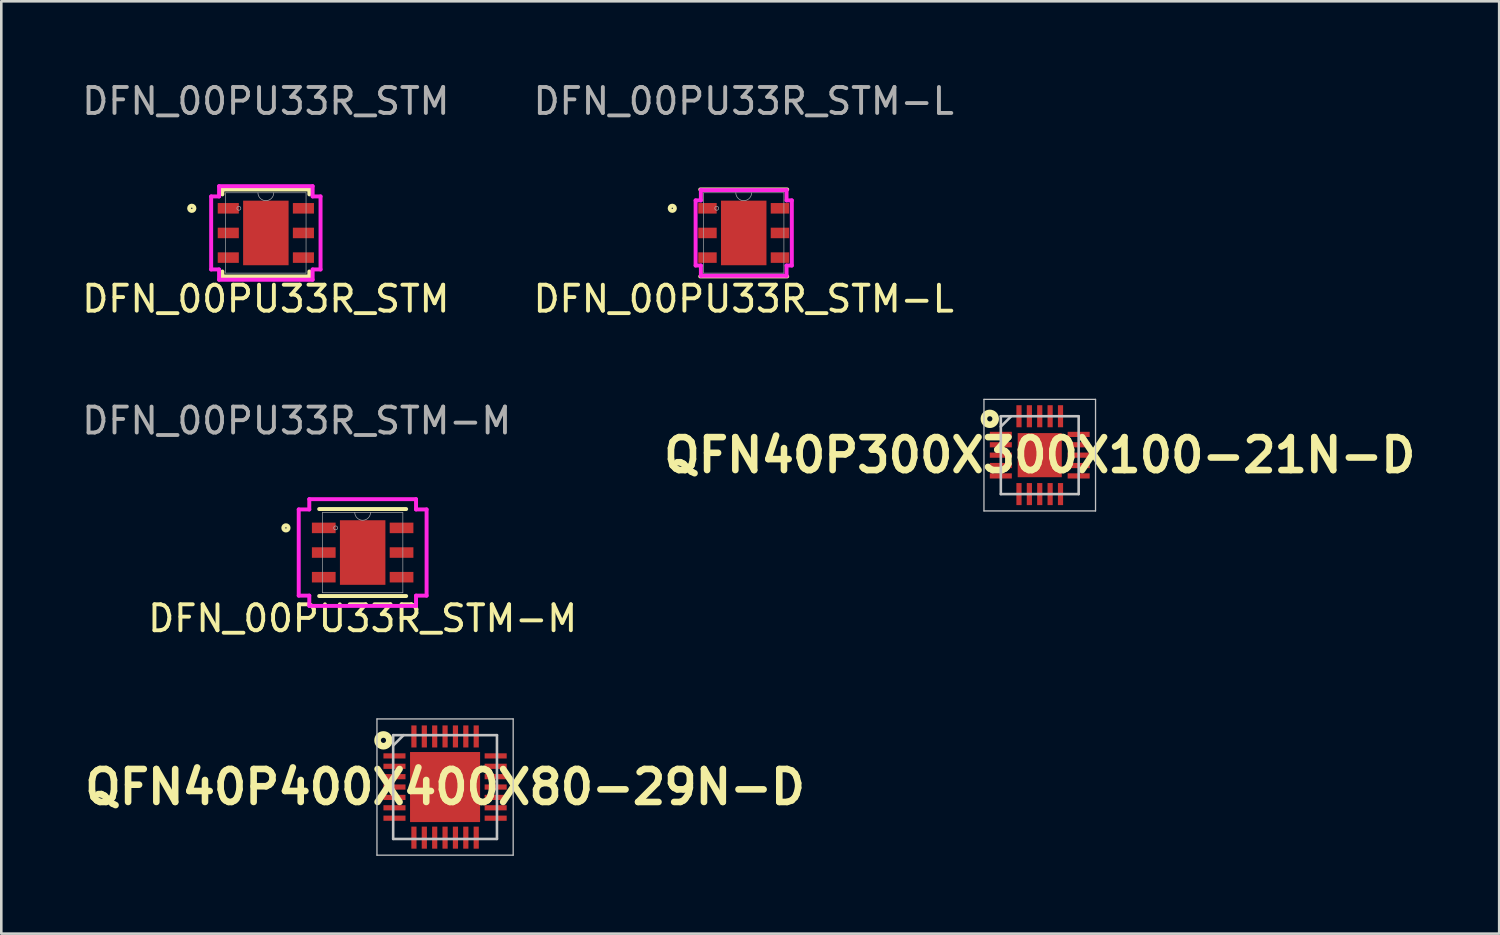
<source format=kicad_pcb>
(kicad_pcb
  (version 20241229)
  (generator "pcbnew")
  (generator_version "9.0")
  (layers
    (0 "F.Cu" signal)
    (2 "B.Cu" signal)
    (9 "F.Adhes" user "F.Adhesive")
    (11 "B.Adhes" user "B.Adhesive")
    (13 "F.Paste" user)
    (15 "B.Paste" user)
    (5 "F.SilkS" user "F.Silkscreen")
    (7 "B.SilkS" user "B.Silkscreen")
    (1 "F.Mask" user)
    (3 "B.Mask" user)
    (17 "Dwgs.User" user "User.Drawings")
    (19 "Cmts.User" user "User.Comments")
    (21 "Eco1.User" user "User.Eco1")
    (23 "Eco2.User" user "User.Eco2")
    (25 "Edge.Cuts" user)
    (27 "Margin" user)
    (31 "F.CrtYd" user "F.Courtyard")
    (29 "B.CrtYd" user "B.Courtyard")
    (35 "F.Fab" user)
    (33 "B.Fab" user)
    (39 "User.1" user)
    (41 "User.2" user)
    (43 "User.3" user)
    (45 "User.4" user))
  (footprint "DFN_00PU33R_STM-M"
    (layer "F.Cu")
    (at 10.927 18.245)
    (property "Reference" "DFN_00PU33R_STM-M" (at 0 2.54 0) (unlocked yes) (layer "F.SilkS") (effects (font (size 1 1) (thickness 0.15))))
    (attr smd)
    (fp_line (start -1.676 1.676) (end 1.676 1.676) (stroke (width 0.152) (type solid)) (layer "F.SilkS"))
    (fp_line (start 1.676 -1.676) (end -1.676 -1.676) (stroke (width 0.152) (type solid)) (layer "F.SilkS"))
    (fp_circle (center -2.957 -0.95) (end -2.855 -0.95) (stroke (width 0.152) (type solid)) (fill no) (layer "F.SilkS"))
    (fp_line (start -2.464 -1.661) (end -2.057 -1.661) (stroke (width 0.152) (type solid)) (layer "F.CrtYd"))
    (fp_line (start -2.464 1.661) (end -2.464 -1.661) (stroke (width 0.152) (type solid)) (layer "F.CrtYd"))
    (fp_line (start -2.464 1.661) (end -2.057 1.661) (stroke (width 0.152) (type solid)) (layer "F.CrtYd"))
    (fp_line (start -2.057 -2.057) (end 2.057 -2.057) (stroke (width 0.152) (type solid)) (layer "F.CrtYd"))
    (fp_line (start -2.057 -1.661) (end -2.057 -2.057) (stroke (width 0.152) (type solid)) (layer "F.CrtYd"))
    (fp_line (start -2.057 2.057) (end -2.057 1.661) (stroke (width 0.152) (type solid)) (layer "F.CrtYd"))
    (fp_line (start 2.057 -2.057) (end 2.057 -1.661) (stroke (width 0.152) (type solid)) (layer "F.CrtYd"))
    (fp_line (start 2.057 1.661) (end 2.057 2.057) (stroke (width 0.152) (type solid)) (layer "F.CrtYd"))
    (fp_line (start 2.057 2.057) (end -2.057 2.057) (stroke (width 0.152) (type solid)) (layer "F.CrtYd"))
    (fp_line (start 2.464 -1.661) (end 2.057 -1.661) (stroke (width 0.152) (type solid)) (layer "F.CrtYd"))
    (fp_line (start 2.464 -1.661) (end 2.464 1.661) (stroke (width 0.152) (type solid)) (layer "F.CrtYd"))
    (fp_line (start 2.464 1.661) (end 2.057 1.661) (stroke (width 0.152) (type solid)) (layer "F.CrtYd"))
    (fp_line (start -1.549 -1.549) (end -1.549 1.549) (stroke (width 0.025) (type solid)) (layer "F.Fab"))
    (fp_line (start -1.549 1.549) (end 1.549 1.549) (stroke (width 0.025) (type solid)) (layer "F.Fab"))
    (fp_line (start 1.549 -1.549) (end -1.549 -1.549) (stroke (width 0.025) (type solid)) (layer "F.Fab"))
    (fp_line (start 1.549 1.549) (end 1.549 -1.549) (stroke (width 0.025) (type solid)) (layer "F.Fab"))
    (fp_arc (start 0.3048 -1.5494) (mid 0 -1.2446) (end -0.3048 -1.5494) (stroke (width 0.0254) (type solid)) (layer "F.Fab"))
    (fp_circle (center -1.041 -0.95) (end -0.965 -0.95) (stroke (width 0.025) (type solid)) (fill no) (layer "F.Fab"))
    (fp_text user "${REFERENCE}" (at -2.54 -5.08 0) (unlocked yes) (layer "F.Fab") (effects (font (size 1 1) (thickness 0.15))))
    (pad "1" smd rect (at -1.499 -0.95) (size 0.914 0.406) (layers "F.Cu" "F.Mask" "F.Paste"))
    (pad "2" smd rect (at -1.499 0) (size 0.914 0.406) (layers "F.Cu" "F.Mask" "F.Paste"))
    (pad "3" smd rect (at -1.499 0.95) (size 0.914 0.406) (layers "F.Cu" "F.Mask" "F.Paste"))
    (pad "4" smd rect (at 1.499 0.95) (size 0.914 0.406) (layers "F.Cu" "F.Mask" "F.Paste"))
    (pad "5" smd rect (at 1.499 0) (size 0.914 0.406) (layers "F.Cu" "F.Mask" "F.Paste"))
    (pad "6" smd rect (at 1.499 -0.95) (size 0.914 0.406) (layers "F.Cu" "F.Mask" "F.Paste"))
    (pad "7" smd rect (at 0 0) (size 1.753 2.489) (layers "F.Cu" "F.Mask" "F.Paste")))
  (footprint "QFN40P400X400X80-29N-D"
    (layer "F.Cu")
    (at 14.103 27.283)
    (property "Reference" "QFN40P400X400X80-29N-D" (at 0 0 0) (layer "F.SilkS") (effects (font (size 1.27 1.27) (thickness 0.254))))
    (attr smd)
    (fp_circle (center -2.375 -1.8) (end -2.275 -1.8) (stroke (width 0.254) (type solid)) (fill no) (layer "F.SilkS"))
    (fp_line (start -2.625 -2.625) (end 2.625 -2.625) (stroke (width 0.05) (type solid)) (layer "Dwgs.User"))
    (fp_line (start -2.625 2.625) (end -2.625 -2.625) (stroke (width 0.05) (type solid)) (layer "Dwgs.User"))
    (fp_line (start -2 -2) (end 2 -2) (stroke (width 0.1) (type solid)) (layer "Dwgs.User"))
    (fp_line (start -2 -1.6) (end -1.6 -2) (stroke (width 0.1) (type solid)) (layer "Dwgs.User"))
    (fp_line (start -2 2) (end -2 -2) (stroke (width 0.1) (type solid)) (layer "Dwgs.User"))
    (fp_line (start 2 -2) (end 2 2) (stroke (width 0.1) (type solid)) (layer "Dwgs.User"))
    (fp_line (start 2 2) (end -2 2) (stroke (width 0.1) (type solid)) (layer "Dwgs.User"))
    (fp_line (start 2.625 -2.625) (end 2.625 2.625) (stroke (width 0.05) (type solid)) (layer "Dwgs.User"))
    (fp_line (start 2.625 2.625) (end -2.625 2.625) (stroke (width 0.05) (type solid)) (layer "Dwgs.User"))
    (pad "1" smd rect (at -1.95 -1.2 90) (size 0.2 0.85) (layers "F.Cu" "F.Mask" "F.Paste"))
    (pad "2" smd rect (at -1.95 -0.8 90) (size 0.2 0.85) (layers "F.Cu" "F.Mask" "F.Paste"))
    (pad "3" smd rect (at -1.95 -0.4 90) (size 0.2 0.85) (layers "F.Cu" "F.Mask" "F.Paste"))
    (pad "4" smd rect (at -1.95 0 90) (size 0.2 0.85) (layers "F.Cu" "F.Mask" "F.Paste"))
    (pad "5" smd rect (at -1.95 0.4 90) (size 0.2 0.85) (layers "F.Cu" "F.Mask" "F.Paste"))
    (pad "6" smd rect (at -1.95 0.8 90) (size 0.2 0.85) (layers "F.Cu" "F.Mask" "F.Paste"))
    (pad "7" smd rect (at -1.95 1.2 90) (size 0.2 0.85) (layers "F.Cu" "F.Mask" "F.Paste"))
    (pad "8" smd rect (at -1.2 1.95) (size 0.2 0.85) (layers "F.Cu" "F.Mask" "F.Paste"))
    (pad "9" smd rect (at -0.8 1.95) (size 0.2 0.85) (layers "F.Cu" "F.Mask" "F.Paste"))
    (pad "10" smd rect (at -0.4 1.95) (size 0.2 0.85) (layers "F.Cu" "F.Mask" "F.Paste"))
    (pad "11" smd rect (at 0 1.95) (size 0.2 0.85) (layers "F.Cu" "F.Mask" "F.Paste"))
    (pad "12" smd rect (at 0.4 1.95) (size 0.2 0.85) (layers "F.Cu" "F.Mask" "F.Paste"))
    (pad "13" smd rect (at 0.8 1.95) (size 0.2 0.85) (layers "F.Cu" "F.Mask" "F.Paste"))
    (pad "14" smd rect (at 1.2 1.95) (size 0.2 0.85) (layers "F.Cu" "F.Mask" "F.Paste"))
    (pad "15" smd rect (at 1.95 1.2 90) (size 0.2 0.85) (layers "F.Cu" "F.Mask" "F.Paste"))
    (pad "16" smd rect (at 1.95 0.8 90) (size 0.2 0.85) (layers "F.Cu" "F.Mask" "F.Paste"))
    (pad "17" smd rect (at 1.95 0.4 90) (size 0.2 0.85) (layers "F.Cu" "F.Mask" "F.Paste"))
    (pad "18" smd rect (at 1.95 0 90) (size 0.2 0.85) (layers "F.Cu" "F.Mask" "F.Paste"))
    (pad "19" smd rect (at 1.95 -0.4 90) (size 0.2 0.85) (layers "F.Cu" "F.Mask" "F.Paste"))
    (pad "20" smd rect (at 1.95 -0.8 90) (size 0.2 0.85) (layers "F.Cu" "F.Mask" "F.Paste"))
    (pad "21" smd rect (at 1.95 -1.2 90) (size 0.2 0.85) (layers "F.Cu" "F.Mask" "F.Paste"))
    (pad "22" smd rect (at 1.2 -1.95) (size 0.2 0.85) (layers "F.Cu" "F.Mask" "F.Paste"))
    (pad "23" smd rect (at 0.8 -1.95) (size 0.2 0.85) (layers "F.Cu" "F.Mask" "F.Paste"))
    (pad "24" smd rect (at 0.4 -1.95) (size 0.2 0.85) (layers "F.Cu" "F.Mask" "F.Paste"))
    (pad "25" smd rect (at 0 -1.95) (size 0.2 0.85) (layers "F.Cu" "F.Mask" "F.Paste"))
    (pad "26" smd rect (at -0.4 -1.95) (size 0.2 0.85) (layers "F.Cu" "F.Mask" "F.Paste"))
    (pad "27" smd rect (at -0.8 -1.95) (size 0.2 0.85) (layers "F.Cu" "F.Mask" "F.Paste"))
    (pad "28" smd rect (at -1.2 -1.95) (size 0.2 0.85) (layers "F.Cu" "F.Mask" "F.Paste"))
    (pad "29" smd rect (at 0 0) (size 2.7 2.7) (layers "F.Cu" "F.Mask" "F.Paste")))
  (footprint "DFN_00PU33R_STM-L"
    (layer "F.Cu")
    (at 25.613 5.928)
    (property "Reference" "DFN_00PU33R_STM-L" (at 0 2.54 0) (unlocked yes) (layer "F.SilkS") (effects (font (size 1 1) (thickness 0.15))))
    (attr smd)
    (fp_line (start -1.676 1.676) (end 1.676 1.676) (stroke (width 0.152) (type solid)) (layer "F.SilkS"))
    (fp_line (start 1.676 -1.676) (end -1.676 -1.676) (stroke (width 0.152) (type solid)) (layer "F.SilkS"))
    (fp_circle (center -2.753 -0.95) (end -2.652 -0.95) (stroke (width 0.152) (type solid)) (fill no) (layer "F.SilkS"))
    (fp_line (start -1.854 -1.255) (end -1.651 -1.255) (stroke (width 0.152) (type solid)) (layer "F.CrtYd"))
    (fp_line (start -1.854 1.255) (end -1.854 -1.255) (stroke (width 0.152) (type solid)) (layer "F.CrtYd"))
    (fp_line (start -1.854 1.255) (end -1.651 1.255) (stroke (width 0.152) (type solid)) (layer "F.CrtYd"))
    (fp_line (start -1.651 -1.651) (end 1.651 -1.651) (stroke (width 0.152) (type solid)) (layer "F.CrtYd"))
    (fp_line (start -1.651 -1.255) (end -1.651 -1.651) (stroke (width 0.152) (type solid)) (layer "F.CrtYd"))
    (fp_line (start -1.651 1.651) (end -1.651 1.255) (stroke (width 0.152) (type solid)) (layer "F.CrtYd"))
    (fp_line (start 1.651 -1.651) (end 1.651 -1.255) (stroke (width 0.152) (type solid)) (layer "F.CrtYd"))
    (fp_line (start 1.651 1.255) (end 1.651 1.651) (stroke (width 0.152) (type solid)) (layer "F.CrtYd"))
    (fp_line (start 1.651 1.651) (end -1.651 1.651) (stroke (width 0.152) (type solid)) (layer "F.CrtYd"))
    (fp_line (start 1.854 -1.255) (end 1.651 -1.255) (stroke (width 0.152) (type solid)) (layer "F.CrtYd"))
    (fp_line (start 1.854 -1.255) (end 1.854 1.255) (stroke (width 0.152) (type solid)) (layer "F.CrtYd"))
    (fp_line (start 1.854 1.255) (end 1.651 1.255) (stroke (width 0.152) (type solid)) (layer "F.CrtYd"))
    (fp_line (start -1.549 -1.549) (end -1.549 1.549) (stroke (width 0.025) (type solid)) (layer "F.Fab"))
    (fp_line (start -1.549 1.549) (end 1.549 1.549) (stroke (width 0.025) (type solid)) (layer "F.Fab"))
    (fp_line (start 1.549 -1.549) (end -1.549 -1.549) (stroke (width 0.025) (type solid)) (layer "F.Fab"))
    (fp_line (start 1.549 1.549) (end 1.549 -1.549) (stroke (width 0.025) (type solid)) (layer "F.Fab"))
    (fp_arc (start 0.3048 -1.5494) (mid 0 -1.2446) (end -0.3048 -1.5494) (stroke (width 0.0254) (type solid)) (layer "F.Fab"))
    (fp_circle (center -1.041 -0.95) (end -0.965 -0.95) (stroke (width 0.025) (type solid)) (fill no) (layer "F.Fab"))
    (fp_text user "${REFERENCE}" (at 0 -5.08 0) (unlocked yes) (layer "F.Fab") (effects (font (size 1 1) (thickness 0.15))))
    (pad "1" smd rect (at -1.397 -0.95) (size 0.711 0.406) (layers "F.Cu" "F.Mask" "F.Paste"))
    (pad "2" smd rect (at -1.397 0) (size 0.711 0.406) (layers "F.Cu" "F.Mask" "F.Paste"))
    (pad "3" smd rect (at -1.397 0.95) (size 0.711 0.406) (layers "F.Cu" "F.Mask" "F.Paste"))
    (pad "4" smd rect (at 1.397 0.95) (size 0.711 0.406) (layers "F.Cu" "F.Mask" "F.Paste"))
    (pad "5" smd rect (at 1.397 0) (size 0.711 0.406) (layers "F.Cu" "F.Mask" "F.Paste"))
    (pad "6" smd rect (at 1.397 -0.95) (size 0.711 0.406) (layers "F.Cu" "F.Mask" "F.Paste"))
    (pad "7" smd rect (at 0 0) (size 1.753 2.489) (layers "F.Cu" "F.Mask" "F.Paste")))
  (footprint "QFN40P300X300X100-21N-D"
    (layer "F.Cu")
    (at 37.022 14.492)
    (property "Reference" "QFN40P300X300X100-21N-D" (at 0 0 0) (layer "F.SilkS") (effects (font (size 1.27 1.27) (thickness 0.254))))
    (attr smd)
    (fp_circle (center -1.925 -1.4) (end -1.825 -1.4) (stroke (width 0.254) (type solid)) (fill no) (layer "F.SilkS"))
    (fp_line (start -2.15 -2.15) (end 2.15 -2.15) (stroke (width 0.05) (type solid)) (layer "Dwgs.User"))
    (fp_line (start -2.15 2.15) (end -2.15 -2.15) (stroke (width 0.05) (type solid)) (layer "Dwgs.User"))
    (fp_line (start -1.5 -1.5) (end 1.5 -1.5) (stroke (width 0.1) (type solid)) (layer "Dwgs.User"))
    (fp_line (start -1.5 -1.1) (end -1.1 -1.5) (stroke (width 0.1) (type solid)) (layer "Dwgs.User"))
    (fp_line (start -1.5 1.5) (end -1.5 -1.5) (stroke (width 0.1) (type solid)) (layer "Dwgs.User"))
    (fp_line (start 1.5 -1.5) (end 1.5 1.5) (stroke (width 0.1) (type solid)) (layer "Dwgs.User"))
    (fp_line (start 1.5 1.5) (end -1.5 1.5) (stroke (width 0.1) (type solid)) (layer "Dwgs.User"))
    (fp_line (start 2.15 -2.15) (end 2.15 2.15) (stroke (width 0.05) (type solid)) (layer "Dwgs.User"))
    (fp_line (start 2.15 2.15) (end -2.15 2.15) (stroke (width 0.05) (type solid)) (layer "Dwgs.User"))
    (pad "1" smd rect (at -1.5 -0.8 90) (size 0.2 0.85) (layers "F.Cu" "F.Mask" "F.Paste"))
    (pad "2" smd rect (at -1.5 -0.4 90) (size 0.2 0.85) (layers "F.Cu" "F.Mask" "F.Paste"))
    (pad "3" smd rect (at -1.5 0 90) (size 0.2 0.85) (layers "F.Cu" "F.Mask" "F.Paste"))
    (pad "4" smd rect (at -1.5 0.4 90) (size 0.2 0.85) (layers "F.Cu" "F.Mask" "F.Paste"))
    (pad "5" smd rect (at -1.5 0.8 90) (size 0.2 0.85) (layers "F.Cu" "F.Mask" "F.Paste"))
    (pad "6" smd rect (at -0.8 1.5) (size 0.2 0.85) (layers "F.Cu" "F.Mask" "F.Paste"))
    (pad "7" smd rect (at -0.4 1.5) (size 0.2 0.85) (layers "F.Cu" "F.Mask" "F.Paste"))
    (pad "8" smd rect (at 0 1.5) (size 0.2 0.85) (layers "F.Cu" "F.Mask" "F.Paste"))
    (pad "9" smd rect (at 0.4 1.5) (size 0.2 0.85) (layers "F.Cu" "F.Mask" "F.Paste"))
    (pad "10" smd rect (at 0.8 1.5) (size 0.2 0.85) (layers "F.Cu" "F.Mask" "F.Paste"))
    (pad "11" smd rect (at 1.5 0.8 90) (size 0.2 0.85) (layers "F.Cu" "F.Mask" "F.Paste"))
    (pad "12" smd rect (at 1.5 0.4 90) (size 0.2 0.85) (layers "F.Cu" "F.Mask" "F.Paste"))
    (pad "13" smd rect (at 1.5 0 90) (size 0.2 0.85) (layers "F.Cu" "F.Mask" "F.Paste"))
    (pad "14" smd rect (at 1.5 -0.4 90) (size 0.2 0.85) (layers "F.Cu" "F.Mask" "F.Paste"))
    (pad "15" smd rect (at 1.5 -0.8 90) (size 0.2 0.85) (layers "F.Cu" "F.Mask" "F.Paste"))
    (pad "16" smd rect (at 0.8 -1.5) (size 0.2 0.85) (layers "F.Cu" "F.Mask" "F.Paste"))
    (pad "17" smd rect (at 0.4 -1.5) (size 0.2 0.85) (layers "F.Cu" "F.Mask" "F.Paste"))
    (pad "18" smd rect (at 0 -1.5) (size 0.2 0.85) (layers "F.Cu" "F.Mask" "F.Paste"))
    (pad "19" smd rect (at -0.4 -1.5) (size 0.2 0.85) (layers "F.Cu" "F.Mask" "F.Paste"))
    (pad "20" smd rect (at -0.8 -1.5) (size 0.2 0.85) (layers "F.Cu" "F.Mask" "F.Paste"))
    (pad "21" smd rect (at 0 0) (size 1.7 1.7) (layers "F.Cu" "F.Mask" "F.Paste")))
  (footprint "DFN_00PU33R_STM"
    (layer "F.Cu")
    (at 7.196 5.928)
    (property "Reference" "DFN_00PU33R_STM" (at 0 2.54 0) (unlocked yes) (layer "F.SilkS") (effects (font (size 1 1) (thickness 0.15))))
    (attr smd)
    (fp_line (start -1.676 -1.676) (end -1.676 -1.486) (stroke (width 0.152) (type solid)) (layer "F.SilkS"))
    (fp_line (start -1.676 1.486) (end -1.676 1.676) (stroke (width 0.152) (type solid)) (layer "F.SilkS"))
    (fp_line (start -1.676 1.676) (end 1.676 1.676) (stroke (width 0.152) (type solid)) (layer "F.SilkS"))
    (fp_line (start 1.676 -1.676) (end -1.676 -1.676) (stroke (width 0.152) (type solid)) (layer "F.SilkS"))
    (fp_line (start 1.676 -1.486) (end 1.676 -1.676) (stroke (width 0.152) (type solid)) (layer "F.SilkS"))
    (fp_line (start 1.676 1.676) (end 1.676 1.486) (stroke (width 0.152) (type solid)) (layer "F.SilkS"))
    (fp_circle (center -2.855 -0.95) (end -2.753 -0.95) (stroke (width 0.152) (type solid)) (fill no) (layer "F.SilkS"))
    (fp_line (start -2.108 -1.407) (end -1.803 -1.407) (stroke (width 0.152) (type solid)) (layer "F.CrtYd"))
    (fp_line (start -2.108 1.407) (end -2.108 -1.407) (stroke (width 0.152) (type solid)) (layer "F.CrtYd"))
    (fp_line (start -2.108 1.407) (end -1.803 1.407) (stroke (width 0.152) (type solid)) (layer "F.CrtYd"))
    (fp_line (start -1.803 -1.803) (end 1.803 -1.803) (stroke (width 0.152) (type solid)) (layer "F.CrtYd"))
    (fp_line (start -1.803 -1.407) (end -1.803 -1.803) (stroke (width 0.152) (type solid)) (layer "F.CrtYd"))
    (fp_line (start -1.803 1.803) (end -1.803 1.407) (stroke (width 0.152) (type solid)) (layer "F.CrtYd"))
    (fp_line (start 1.803 -1.803) (end 1.803 -1.407) (stroke (width 0.152) (type solid)) (layer "F.CrtYd"))
    (fp_line (start 1.803 1.407) (end 1.803 1.803) (stroke (width 0.152) (type solid)) (layer "F.CrtYd"))
    (fp_line (start 1.803 1.803) (end -1.803 1.803) (stroke (width 0.152) (type solid)) (layer "F.CrtYd"))
    (fp_line (start 2.108 -1.407) (end 1.803 -1.407) (stroke (width 0.152) (type solid)) (layer "F.CrtYd"))
    (fp_line (start 2.108 -1.407) (end 2.108 1.407) (stroke (width 0.152) (type solid)) (layer "F.CrtYd"))
    (fp_line (start 2.108 1.407) (end 1.803 1.407) (stroke (width 0.152) (type solid)) (layer "F.CrtYd"))
    (fp_line (start -1.549 -1.549) (end -1.549 1.549) (stroke (width 0.025) (type solid)) (layer "F.Fab"))
    (fp_line (start -1.549 1.549) (end 1.549 1.549) (stroke (width 0.025) (type solid)) (layer "F.Fab"))
    (fp_line (start 1.549 -1.549) (end -1.549 -1.549) (stroke (width 0.025) (type solid)) (layer "F.Fab"))
    (fp_line (start 1.549 1.549) (end 1.549 -1.549) (stroke (width 0.025) (type solid)) (layer "F.Fab"))
    (fp_arc (start 0.3048 -1.5494) (mid 0 -1.2446) (end -0.3048 -1.5494) (stroke (width 0.0254) (type solid)) (layer "F.Fab"))
    (fp_circle (center -1.041 -0.95) (end -0.965 -0.95) (stroke (width 0.025) (type solid)) (fill no) (layer "F.Fab"))
    (fp_text user "${REFERENCE}" (at 0 -5.08 0) (unlocked yes) (layer "F.Fab") (effects (font (size 1 1) (thickness 0.15))))
    (pad "1" smd rect (at -1.448 -0.95) (size 0.813 0.406) (layers "F.Cu" "F.Mask" "F.Paste"))
    (pad "2" smd rect (at -1.448 0) (size 0.813 0.406) (layers "F.Cu" "F.Mask" "F.Paste"))
    (pad "3" smd rect (at -1.448 0.95) (size 0.813 0.406) (layers "F.Cu" "F.Mask" "F.Paste"))
    (pad "4" smd rect (at 1.448 0.95) (size 0.813 0.406) (layers "F.Cu" "F.Mask" "F.Paste"))
    (pad "5" smd rect (at 1.448 0) (size 0.813 0.406) (layers "F.Cu" "F.Mask" "F.Paste"))
    (pad "6" smd rect (at 1.448 -0.95) (size 0.813 0.406) (layers "F.Cu" "F.Mask" "F.Paste"))
    (pad "7" smd rect (at 0 0) (size 1.753 2.489) (layers "F.Cu" "F.Mask" "F.Paste")))
  (gr_rect
    (start -3 -3)
    (end 54.729 32.933)
    (stroke (width 0.1) (type default))
    (fill no)
    (layer "Edge.Cuts")))
</source>
